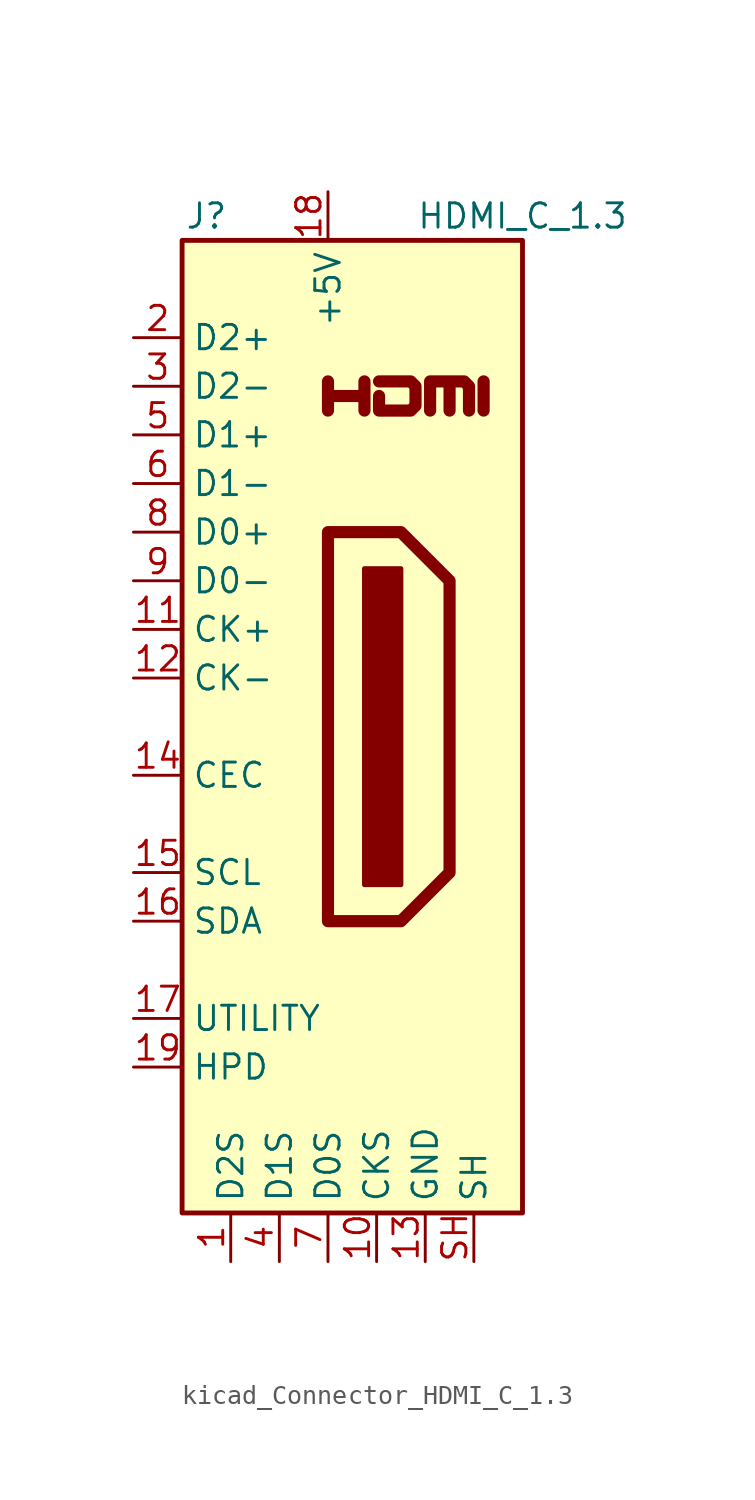
<source format=kicad_sym>
(kicad_symbol_lib
  (version 20220914)
  (generator kicad_symbol_editor)
  (symbol "kicad_Connector_HDMI_C_1.3"
    (property "Reference" "J"
      (at -6.35 26.67 0)
      (effects (font (size 1.27 1.27))))
    (property "Value" "HDMI_C_1.3"
      (at 10.16 26.67 0)
      (effects (font (size 1.27 1.27))))
    (symbol "kicad_Connector_HDMI_C_1.3_0_0"
      (polyline (pts (xy 8.128 16.51) (xy 8.128 18.034)) (stroke (width 0.635) (type default)) (fill (type none)))
      (polyline (pts (xy 0 16.51) (xy 0 18.034) (xy 0 17.272) (xy 1.905 17.272) (xy 1.905 18.034) (xy 1.905 16.51)) (stroke (width 0.635) (type default)) (fill (type none)))
      (polyline (pts (xy 2.667 18.034) (xy 4.318 18.034) (xy 4.572 17.78) (xy 4.572 16.764) (xy 4.318 16.51) (xy 2.667 16.51) (xy 2.667 17.272)) (stroke (width 0.635) (type default)) (fill (type none))))
    (symbol "kicad_Connector_HDMI_C_1.3_0_1"
      (rectangle (start -7.62 25.4) (end 10.16 -25.4) (stroke (width 0.254) (type default)) (fill (type background)))
      (polyline (pts (xy 0 10.16) (xy 3.81 10.16) (xy 6.35 7.62) (xy 6.35 -7.62) (xy 3.81 -10.16) (xy 0 -10.16) (xy 0 10.16)) (stroke (width 0.635) (type default)) (fill (type none)))
      (polyline (pts (xy 5.334 16.51) (xy 5.334 18.034) (xy 6.35 18.034) (xy 6.35 16.51) (xy 6.35 18.034) (xy 7.112 18.034) (xy 7.366 17.78) (xy 7.366 16.51)) (stroke (width 0.635) (type default)) (fill (type none)))
      (rectangle (start 1.905 8.255) (end 3.81 -8.255) (stroke (width 0.254) (type default)) (fill (type outline))))
    (symbol "kicad_Connector_HDMI_C_1.3_1_1"
      (pin power_in line (at -5.08 -27.94 90) (length 2.54) (name "D2S" (effects (font (size 1.27 1.27)))) (number "1" (effects (font (size 1.27 1.27)))))
      (pin power_in line (at 2.54 -27.94 90) (length 2.54) (name "CKS" (effects (font (size 1.27 1.27)))) (number "10" (effects (font (size 1.27 1.27)))))
      (pin passive line (at -10.16 5.08 0) (length 2.54) (name "CK+" (effects (font (size 1.27 1.27)))) (number "11" (effects (font (size 1.27 1.27)))))
      (pin passive line (at -10.16 2.54 0) (length 2.54) (name "CK-" (effects (font (size 1.27 1.27)))) (number "12" (effects (font (size 1.27 1.27)))))
      (pin power_in line (at 5.08 -27.94 90) (length 2.54) (name "GND" (effects (font (size 1.27 1.27)))) (number "13" (effects (font (size 1.27 1.27)))))
      (pin bidirectional line (at -10.16 -2.54 0) (length 2.54) (name "CEC" (effects (font (size 1.27 1.27)))) (number "14" (effects (font (size 1.27 1.27)))))
      (pin passive line (at -10.16 -7.62 0) (length 2.54) (name "SCL" (effects (font (size 1.27 1.27)))) (number "15" (effects (font (size 1.27 1.27)))))
      (pin bidirectional line (at -10.16 -10.16 0) (length 2.54) (name "SDA" (effects (font (size 1.27 1.27)))) (number "16" (effects (font (size 1.27 1.27)))))
      (pin passive line (at -10.16 -15.24 0) (length 2.54) (name "UTILITY" (effects (font (size 1.27 1.27)))) (number "17" (effects (font (size 1.27 1.27)))))
      (pin power_in line (at 0 27.94 270) (length 2.54) (name "+5V" (effects (font (size 1.27 1.27)))) (number "18" (effects (font (size 1.27 1.27)))))
      (pin passive line (at -10.16 -17.78 0) (length 2.54) (name "HPD" (effects (font (size 1.27 1.27)))) (number "19" (effects (font (size 1.27 1.27)))))
      (pin passive line (at -10.16 20.32 0) (length 2.54) (name "D2+" (effects (font (size 1.27 1.27)))) (number "2" (effects (font (size 1.27 1.27)))))
      (pin passive line (at -10.16 17.78 0) (length 2.54) (name "D2-" (effects (font (size 1.27 1.27)))) (number "3" (effects (font (size 1.27 1.27)))))
      (pin power_in line (at -2.54 -27.94 90) (length 2.54) (name "D1S" (effects (font (size 1.27 1.27)))) (number "4" (effects (font (size 1.27 1.27)))))
      (pin passive line (at -10.16 15.24 0) (length 2.54) (name "D1+" (effects (font (size 1.27 1.27)))) (number "5" (effects (font (size 1.27 1.27)))))
      (pin passive line (at -10.16 12.7 0) (length 2.54) (name "D1-" (effects (font (size 1.27 1.27)))) (number "6" (effects (font (size 1.27 1.27)))))
      (pin power_in line (at 0 -27.94 90) (length 2.54) (name "D0S" (effects (font (size 1.27 1.27)))) (number "7" (effects (font (size 1.27 1.27)))))
      (pin passive line (at -10.16 10.16 0) (length 2.54) (name "D0+" (effects (font (size 1.27 1.27)))) (number "8" (effects (font (size 1.27 1.27)))))
      (pin passive line (at -10.16 7.62 0) (length 2.54) (name "D0-" (effects (font (size 1.27 1.27)))) (number "9" (effects (font (size 1.27 1.27)))))
      (pin passive line (at 7.62 -27.94 90) (length 2.54) (name "SH" (effects (font (size 1.27 1.27)))) (number "SH" (effects (font (size 1.27 1.27))))))))
</source>
